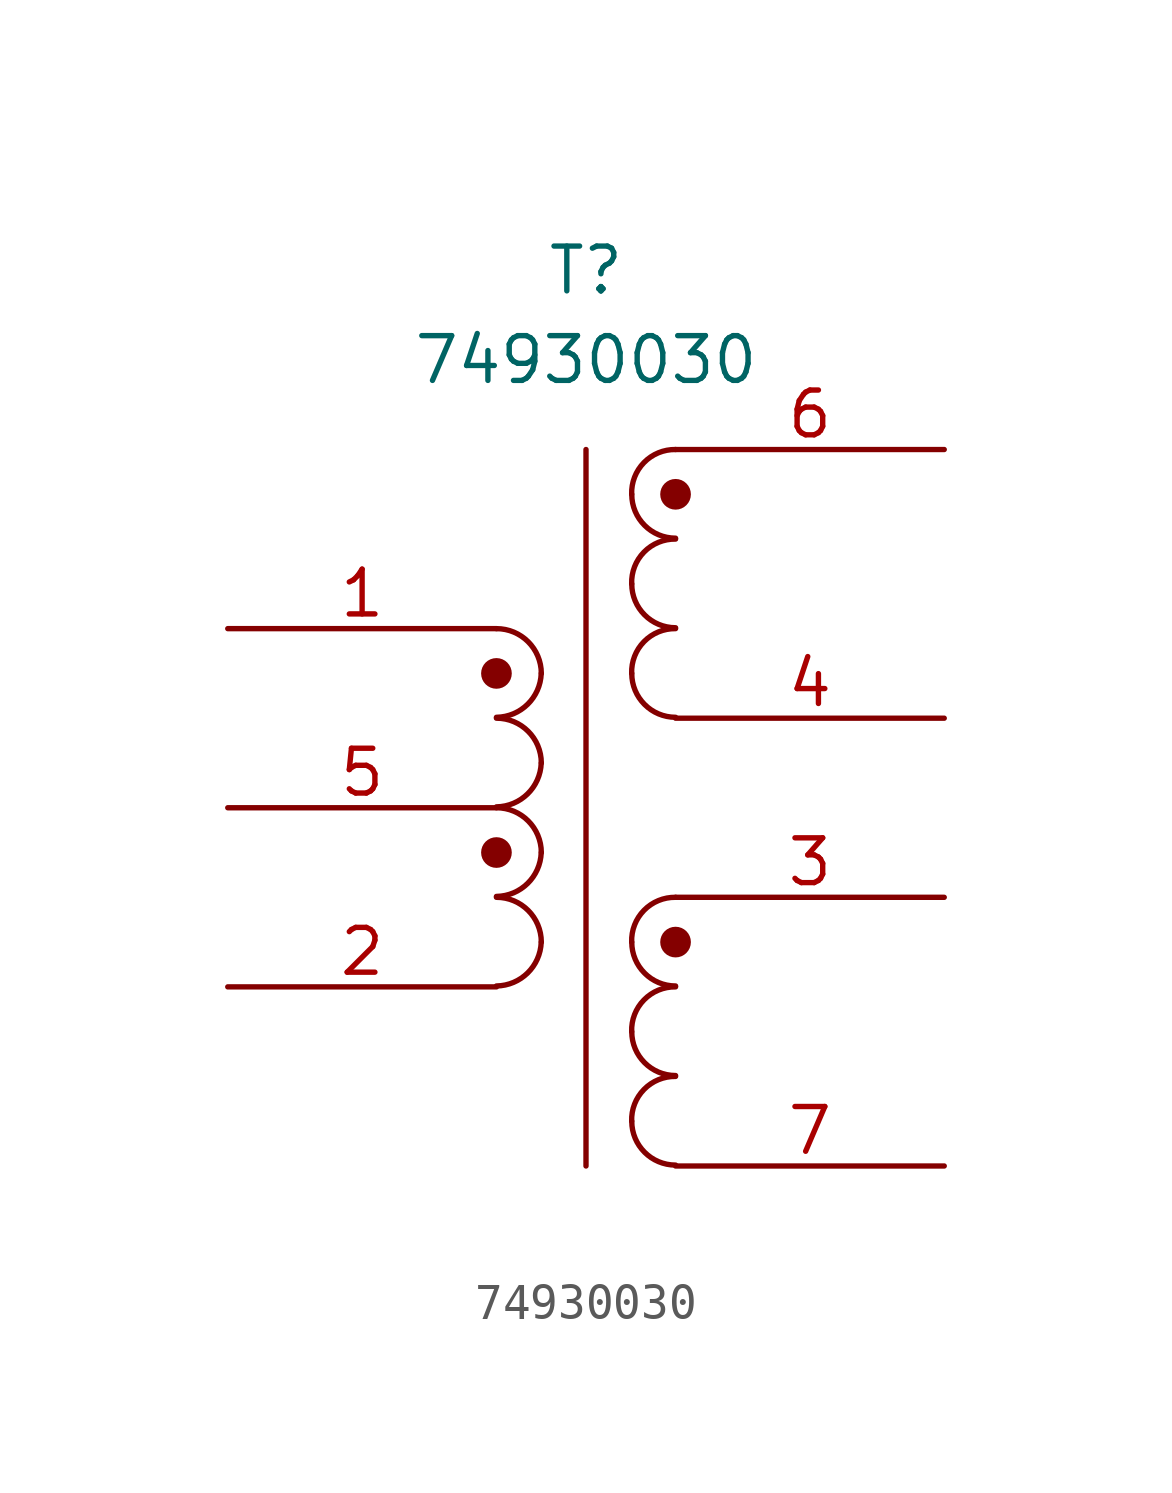
<source format=kicad_sym>
(kicad_symbol_lib
  (version 20241209)
  (generator "kicad_symbol_editor")
  (generator_version "9.0")
  (symbol "74930030"
    (pin_names
      (hide yes))
    (property "Reference" "T"
      (at 0 5.08 0)
      (effects (font (size 1.27 1.27))))
    (property "Value" "74930030"
      (at 0 2.54 0)
      (effects (font (size 1.27 1.27))))
    (symbol "74930030_0_1"
      (arc (start -1.27 -6.35) (mid -1.656 -7.2264) (end -2.54 -7.5946) (stroke (width 0) (type default)) (fill (type none)))
      (arc (start -1.27 -8.89) (mid -1.656 -9.7664) (end -2.54 -10.1346) (stroke (width 0) (type default)) (fill (type none)))
      (arc (start -1.27 -11.43) (mid -1.656 -12.3064) (end -2.54 -12.6746) (stroke (width 0) (type default)) (fill (type none)))
      (arc (start -1.27 -13.97) (mid -1.656 -14.8464) (end -2.54 -15.2146) (stroke (width 0) (type default)) (fill (type none)))
      (arc (start -2.54 -5.08) (mid -1.642 -5.452) (end -1.27 -6.35) (stroke (width 0) (type default)) (fill (type none)))
      (arc (start -2.54 -7.62) (mid -1.642 -7.992) (end -1.27 -8.89) (stroke (width 0) (type default)) (fill (type none)))
      (arc (start -2.54 -10.16) (mid -1.642 -10.532) (end -1.27 -11.43) (stroke (width 0) (type default)) (fill (type none)))
      (arc (start -2.54 -12.7) (mid -1.642 -13.072) (end -1.27 -13.97) (stroke (width 0) (type default)) (fill (type none)))
      (polyline (pts (xy 0 0) (xy 0 -20.32)) (stroke (width 0) (type default)) (fill (type none)))
      (arc (start 1.2954 -1.27) (mid 1.6457 -0.3683) (end 2.54 0) (stroke (width 0) (type default)) (fill (type none)))
      (arc (start 1.2954 -3.81) (mid 1.6457 -2.9083) (end 2.54 -2.54) (stroke (width 0) (type default)) (fill (type none)))
      (arc (start 1.2954 -6.35) (mid 1.6457 -5.4483) (end 2.54 -5.08) (stroke (width 0) (type default)) (fill (type none)))
      (arc (start 1.2954 -13.97) (mid 1.6457 -13.0683) (end 2.54 -12.7) (stroke (width 0) (type default)) (fill (type none)))
      (arc (start 1.2954 -16.51) (mid 1.6457 -15.6083) (end 2.54 -15.24) (stroke (width 0) (type default)) (fill (type none)))
      (arc (start 1.2954 -19.05) (mid 1.6457 -18.1483) (end 2.54 -17.78) (stroke (width 0) (type default)) (fill (type none)))
      (arc (start 2.54 -2.5146) (mid 1.6599 -2.1501) (end 1.2954 -1.27) (stroke (width 0) (type default)) (fill (type none)))
      (arc (start 2.54 -5.0546) (mid 1.6599 -4.6901) (end 1.2954 -3.81) (stroke (width 0) (type default)) (fill (type none)))
      (arc (start 2.54 -7.5946) (mid 1.6599 -7.2301) (end 1.2954 -6.35) (stroke (width 0) (type default)) (fill (type none)))
      (arc (start 2.54 -15.2146) (mid 1.6599 -14.8501) (end 1.2954 -13.97) (stroke (width 0) (type default)) (fill (type none)))
      (arc (start 2.54 -17.7546) (mid 1.6599 -17.3901) (end 1.2954 -16.51) (stroke (width 0) (type default)) (fill (type none)))
      (arc (start 2.54 -20.2946) (mid 1.6599 -19.9301) (end 1.2954 -19.05) (stroke (width 0) (type default)) (fill (type none))))
    (symbol "74930030_1_1"
      (circle (center -2.54 -6.35) (radius 0.359) (stroke (width 0) (type solid)) (fill (type outline)))
      (circle (center -2.54 -11.43) (radius 0.359) (stroke (width 0) (type solid)) (fill (type outline)))
      (circle (center 2.54 -1.27) (radius 0.359) (stroke (width 0) (type solid)) (fill (type outline)))
      (circle (center 2.54 -13.97) (radius 0.359) (stroke (width 0) (type solid)) (fill (type outline)))
      (pin passive line (at -10.16 -5.08 0) (length 7.62) (name "IN+" (effects (font (size 1.27 1.27)))) (number "1" (effects (font (size 1.27 1.27)))))
      (pin passive line (at -10.16 -10.16 0) (length 7.62) (name "PM" (effects (font (size 1.27 1.27)))) (number "5" (effects (font (size 1.27 1.27)))))
      (pin passive line (at -10.16 -15.24 0) (length 7.62) (name "IN-" (effects (font (size 1.27 1.27)))) (number "2" (effects (font (size 1.27 1.27)))))
      (pin passive line (at 10.16 0 180) (length 7.62) (name "OUT1A" (effects (font (size 1.27 1.27)))) (number "6" (effects (font (size 1.27 1.27)))))
      (pin passive line (at 10.16 -7.62 180) (length 7.62) (name "OUT1B" (effects (font (size 1.27 1.27)))) (number "4" (effects (font (size 1.27 1.27)))))
      (pin passive line (at 10.16 -12.7 180) (length 7.62) (name "OUT2A" (effects (font (size 1.27 1.27)))) (number "3" (effects (font (size 1.27 1.27)))))
      (pin passive line (at 10.16 -20.32 180) (length 7.62) (name "OUT2B" (effects (font (size 1.27 1.27)))) (number "7" (effects (font (size 1.27 1.27))))))))
</source>
